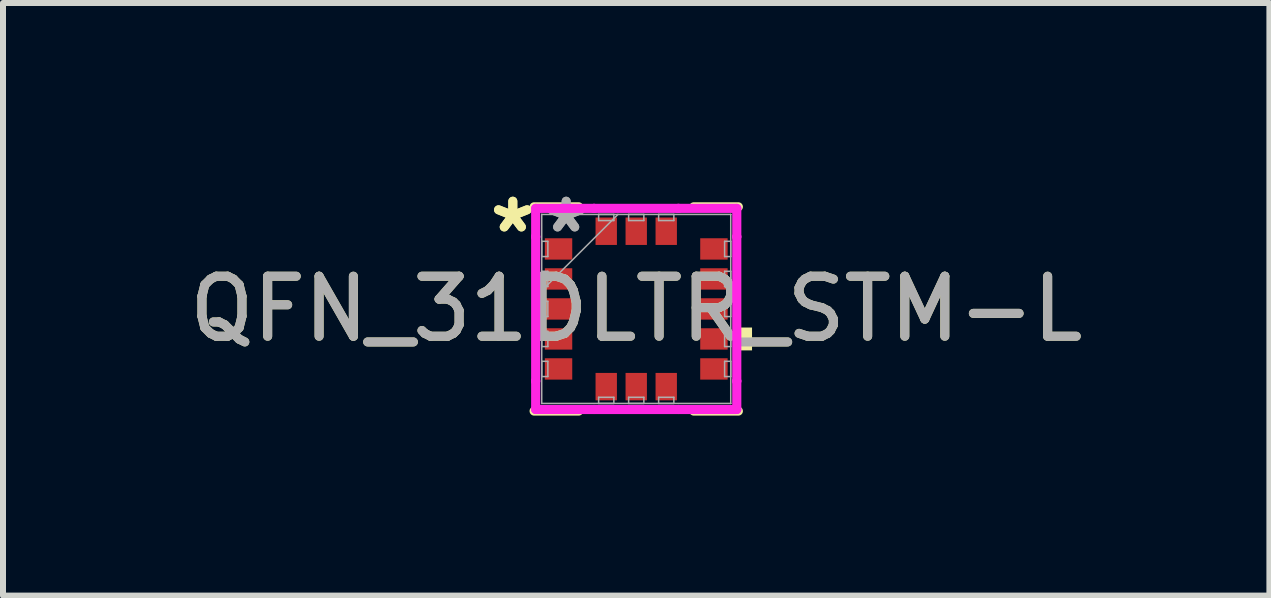
<source format=kicad_pcb>
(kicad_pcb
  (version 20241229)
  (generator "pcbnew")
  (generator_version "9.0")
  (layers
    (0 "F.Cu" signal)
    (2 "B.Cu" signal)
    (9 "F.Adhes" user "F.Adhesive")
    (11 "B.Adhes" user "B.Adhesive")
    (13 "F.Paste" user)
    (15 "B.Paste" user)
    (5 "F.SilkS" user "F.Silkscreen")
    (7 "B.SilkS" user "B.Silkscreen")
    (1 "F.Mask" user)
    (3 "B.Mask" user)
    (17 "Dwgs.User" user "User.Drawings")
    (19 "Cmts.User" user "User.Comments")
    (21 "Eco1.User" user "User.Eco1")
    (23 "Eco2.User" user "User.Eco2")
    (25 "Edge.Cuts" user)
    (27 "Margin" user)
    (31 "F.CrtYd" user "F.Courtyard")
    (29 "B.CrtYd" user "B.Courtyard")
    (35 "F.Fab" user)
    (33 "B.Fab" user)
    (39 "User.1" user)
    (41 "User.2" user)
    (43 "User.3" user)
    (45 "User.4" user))
  (footprint "QFN_31DLTR_STM-L"
    (layer "F.Cu")
    (at 7.554 2.099)
    (property "Reference" "QFN_31DLTR_STM-L" (at 0 0 0) (unlocked yes) (layer "F.SilkS") (effects (font (size 1 1) (thickness 0.15))))
    (attr smd)
    (fp_line (start -1.702 1.702) (end -0.959 1.702) (stroke (width 0.152) (type solid)) (layer "F.SilkS"))
    (fp_line (start -0.959 -1.702) (end -1.702 -1.702) (stroke (width 0.152) (type solid)) (layer "F.SilkS"))
    (fp_line (start 0.959 1.702) (end 1.702 1.702) (stroke (width 0.152) (type solid)) (layer "F.SilkS"))
    (fp_line (start 1.702 -1.702) (end 0.959 -1.702) (stroke (width 0.152) (type solid)) (layer "F.SilkS"))
    (fp_poly (pts (xy 1.93 0.31) (xy 1.93 0.691) (xy 1.676 0.691) (xy 1.676 0.31)) (stroke (width 0) (type solid)) (fill yes) (layer "F.SilkS"))
    (fp_line (start -1.676 -1.676) (end -0.703 -1.676) (stroke (width 0.152) (type solid)) (layer "F.CrtYd"))
    (fp_line (start -1.676 -1.203) (end -1.676 -1.676) (stroke (width 0.152) (type solid)) (layer "F.CrtYd"))
    (fp_line (start -1.676 -1.203) (end -1.676 -1.203) (stroke (width 0.152) (type solid)) (layer "F.CrtYd"))
    (fp_line (start -1.676 1.203) (end -1.676 -1.203) (stroke (width 0.152) (type solid)) (layer "F.CrtYd"))
    (fp_line (start -1.676 1.203) (end -1.676 1.203) (stroke (width 0.152) (type solid)) (layer "F.CrtYd"))
    (fp_line (start -1.676 1.676) (end -1.676 1.203) (stroke (width 0.152) (type solid)) (layer "F.CrtYd"))
    (fp_line (start -0.703 -1.676) (end -0.703 -1.676) (stroke (width 0.152) (type solid)) (layer "F.CrtYd"))
    (fp_line (start -0.703 -1.676) (end 0.703 -1.676) (stroke (width 0.152) (type solid)) (layer "F.CrtYd"))
    (fp_line (start -0.703 1.676) (end -1.676 1.676) (stroke (width 0.152) (type solid)) (layer "F.CrtYd"))
    (fp_line (start -0.703 1.676) (end -0.703 1.676) (stroke (width 0.152) (type solid)) (layer "F.CrtYd"))
    (fp_line (start 0.703 -1.676) (end 0.703 -1.676) (stroke (width 0.152) (type solid)) (layer "F.CrtYd"))
    (fp_line (start 0.703 -1.676) (end 1.676 -1.676) (stroke (width 0.152) (type solid)) (layer "F.CrtYd"))
    (fp_line (start 0.703 1.676) (end -0.703 1.676) (stroke (width 0.152) (type solid)) (layer "F.CrtYd"))
    (fp_line (start 0.703 1.676) (end 0.703 1.676) (stroke (width 0.152) (type solid)) (layer "F.CrtYd"))
    (fp_line (start 1.676 -1.676) (end 1.676 -1.203) (stroke (width 0.152) (type solid)) (layer "F.CrtYd"))
    (fp_line (start 1.676 -1.203) (end 1.676 -1.203) (stroke (width 0.152) (type solid)) (layer "F.CrtYd"))
    (fp_line (start 1.676 -1.203) (end 1.676 1.203) (stroke (width 0.152) (type solid)) (layer "F.CrtYd"))
    (fp_line (start 1.676 1.203) (end 1.676 1.203) (stroke (width 0.152) (type solid)) (layer "F.CrtYd"))
    (fp_line (start 1.676 1.203) (end 1.676 1.676) (stroke (width 0.152) (type solid)) (layer "F.CrtYd"))
    (fp_line (start 1.676 1.676) (end 0.703 1.676) (stroke (width 0.152) (type solid)) (layer "F.CrtYd"))
    (fp_line (start -1.575 -1.575) (end -1.575 -1.575) (stroke (width 0.025) (type solid)) (layer "F.Fab"))
    (fp_line (start -1.575 -1.575) (end -1.575 1.575) (stroke (width 0.025) (type solid)) (layer "F.Fab"))
    (fp_line (start -1.575 -1.127) (end -1.473 -1.127) (stroke (width 0.025) (type solid)) (layer "F.Fab"))
    (fp_line (start -1.575 -0.873) (end -1.575 -1.127) (stroke (width 0.025) (type solid)) (layer "F.Fab"))
    (fp_line (start -1.575 -0.627) (end -1.473 -0.627) (stroke (width 0.025) (type solid)) (layer "F.Fab"))
    (fp_line (start -1.575 -0.373) (end -1.575 -0.627) (stroke (width 0.025) (type solid)) (layer "F.Fab"))
    (fp_line (start -1.575 -0.305) (end -0.305 -1.575) (stroke (width 0.025) (type solid)) (layer "F.Fab"))
    (fp_line (start -1.575 -0.127) (end -1.473 -0.127) (stroke (width 0.025) (type solid)) (layer "F.Fab"))
    (fp_line (start -1.575 0.127) (end -1.575 -0.127) (stroke (width 0.025) (type solid)) (layer "F.Fab"))
    (fp_line (start -1.575 0.373) (end -1.473 0.373) (stroke (width 0.025) (type solid)) (layer "F.Fab"))
    (fp_line (start -1.575 0.627) (end -1.575 0.373) (stroke (width 0.025) (type solid)) (layer "F.Fab"))
    (fp_line (start -1.575 0.873) (end -1.473 0.873) (stroke (width 0.025) (type solid)) (layer "F.Fab"))
    (fp_line (start -1.575 1.127) (end -1.575 0.873) (stroke (width 0.025) (type solid)) (layer "F.Fab"))
    (fp_line (start -1.575 1.575) (end -1.575 1.575) (stroke (width 0.025) (type solid)) (layer "F.Fab"))
    (fp_line (start -1.575 1.575) (end 1.575 1.575) (stroke (width 0.025) (type solid)) (layer "F.Fab"))
    (fp_line (start -1.473 -1.127) (end -1.473 -0.873) (stroke (width 0.025) (type solid)) (layer "F.Fab"))
    (fp_line (start -1.473 -0.873) (end -1.575 -0.873) (stroke (width 0.025) (type solid)) (layer "F.Fab"))
    (fp_line (start -1.473 -0.627) (end -1.473 -0.373) (stroke (width 0.025) (type solid)) (layer "F.Fab"))
    (fp_line (start -1.473 -0.373) (end -1.575 -0.373) (stroke (width 0.025) (type solid)) (layer "F.Fab"))
    (fp_line (start -1.473 -0.127) (end -1.473 0.127) (stroke (width 0.025) (type solid)) (layer "F.Fab"))
    (fp_line (start -1.473 0.127) (end -1.575 0.127) (stroke (width 0.025) (type solid)) (layer "F.Fab"))
    (fp_line (start -1.473 0.373) (end -1.473 0.627) (stroke (width 0.025) (type solid)) (layer "F.Fab"))
    (fp_line (start -1.473 0.627) (end -1.575 0.627) (stroke (width 0.025) (type solid)) (layer "F.Fab"))
    (fp_line (start -1.473 0.873) (end -1.473 1.127) (stroke (width 0.025) (type solid)) (layer "F.Fab"))
    (fp_line (start -1.473 1.127) (end -1.575 1.127) (stroke (width 0.025) (type solid)) (layer "F.Fab"))
    (fp_line (start -0.627 -1.575) (end -0.373 -1.575) (stroke (width 0.025) (type solid)) (layer "F.Fab"))
    (fp_line (start -0.627 -1.473) (end -0.627 -1.575) (stroke (width 0.025) (type solid)) (layer "F.Fab"))
    (fp_line (start -0.627 1.473) (end -0.373 1.473) (stroke (width 0.025) (type solid)) (layer "F.Fab"))
    (fp_line (start -0.627 1.575) (end -0.627 1.473) (stroke (width 0.025) (type solid)) (layer "F.Fab"))
    (fp_line (start -0.373 -1.575) (end -0.373 -1.473) (stroke (width 0.025) (type solid)) (layer "F.Fab"))
    (fp_line (start -0.373 -1.473) (end -0.627 -1.473) (stroke (width 0.025) (type solid)) (layer "F.Fab"))
    (fp_line (start -0.373 1.473) (end -0.373 1.575) (stroke (width 0.025) (type solid)) (layer "F.Fab"))
    (fp_line (start -0.373 1.575) (end -0.627 1.575) (stroke (width 0.025) (type solid)) (layer "F.Fab"))
    (fp_line (start -0.127 -1.575) (end 0.127 -1.575) (stroke (width 0.025) (type solid)) (layer "F.Fab"))
    (fp_line (start -0.127 -1.473) (end -0.127 -1.575) (stroke (width 0.025) (type solid)) (layer "F.Fab"))
    (fp_line (start -0.127 1.473) (end 0.127 1.473) (stroke (width 0.025) (type solid)) (layer "F.Fab"))
    (fp_line (start -0.127 1.575) (end -0.127 1.473) (stroke (width 0.025) (type solid)) (layer "F.Fab"))
    (fp_line (start 0.127 -1.575) (end 0.127 -1.473) (stroke (width 0.025) (type solid)) (layer "F.Fab"))
    (fp_line (start 0.127 -1.473) (end -0.127 -1.473) (stroke (width 0.025) (type solid)) (layer "F.Fab"))
    (fp_line (start 0.127 1.473) (end 0.127 1.575) (stroke (width 0.025) (type solid)) (layer "F.Fab"))
    (fp_line (start 0.127 1.575) (end -0.127 1.575) (stroke (width 0.025) (type solid)) (layer "F.Fab"))
    (fp_line (start 0.373 -1.575) (end 0.627 -1.575) (stroke (width 0.025) (type solid)) (layer "F.Fab"))
    (fp_line (start 0.373 -1.473) (end 0.373 -1.575) (stroke (width 0.025) (type solid)) (layer "F.Fab"))
    (fp_line (start 0.373 1.473) (end 0.627 1.473) (stroke (width 0.025) (type solid)) (layer "F.Fab"))
    (fp_line (start 0.373 1.575) (end 0.373 1.473) (stroke (width 0.025) (type solid)) (layer "F.Fab"))
    (fp_line (start 0.627 -1.575) (end 0.627 -1.473) (stroke (width 0.025) (type solid)) (layer "F.Fab"))
    (fp_line (start 0.627 -1.473) (end 0.373 -1.473) (stroke (width 0.025) (type solid)) (layer "F.Fab"))
    (fp_line (start 0.627 1.473) (end 0.627 1.575) (stroke (width 0.025) (type solid)) (layer "F.Fab"))
    (fp_line (start 0.627 1.575) (end 0.373 1.575) (stroke (width 0.025) (type solid)) (layer "F.Fab"))
    (fp_line (start 1.473 -1.127) (end 1.575 -1.127) (stroke (width 0.025) (type solid)) (layer "F.Fab"))
    (fp_line (start 1.473 -0.873) (end 1.473 -1.127) (stroke (width 0.025) (type solid)) (layer "F.Fab"))
    (fp_line (start 1.473 -0.627) (end 1.575 -0.627) (stroke (width 0.025) (type solid)) (layer "F.Fab"))
    (fp_line (start 1.473 -0.373) (end 1.473 -0.627) (stroke (width 0.025) (type solid)) (layer "F.Fab"))
    (fp_line (start 1.473 -0.127) (end 1.575 -0.127) (stroke (width 0.025) (type solid)) (layer "F.Fab"))
    (fp_line (start 1.473 0.127) (end 1.473 -0.127) (stroke (width 0.025) (type solid)) (layer "F.Fab"))
    (fp_line (start 1.473 0.373) (end 1.575 0.373) (stroke (width 0.025) (type solid)) (layer "F.Fab"))
    (fp_line (start 1.473 0.627) (end 1.473 0.373) (stroke (width 0.025) (type solid)) (layer "F.Fab"))
    (fp_line (start 1.473 0.873) (end 1.575 0.873) (stroke (width 0.025) (type solid)) (layer "F.Fab"))
    (fp_line (start 1.473 1.127) (end 1.473 0.873) (stroke (width 0.025) (type solid)) (layer "F.Fab"))
    (fp_line (start 1.575 -1.575) (end -1.575 -1.575) (stroke (width 0.025) (type solid)) (layer "F.Fab"))
    (fp_line (start 1.575 -1.575) (end 1.575 -1.575) (stroke (width 0.025) (type solid)) (layer "F.Fab"))
    (fp_line (start 1.575 -1.127) (end 1.575 -0.873) (stroke (width 0.025) (type solid)) (layer "F.Fab"))
    (fp_line (start 1.575 -0.873) (end 1.473 -0.873) (stroke (width 0.025) (type solid)) (layer "F.Fab"))
    (fp_line (start 1.575 -0.627) (end 1.575 -0.373) (stroke (width 0.025) (type solid)) (layer "F.Fab"))
    (fp_line (start 1.575 -0.373) (end 1.473 -0.373) (stroke (width 0.025) (type solid)) (layer "F.Fab"))
    (fp_line (start 1.575 -0.127) (end 1.575 0.127) (stroke (width 0.025) (type solid)) (layer "F.Fab"))
    (fp_line (start 1.575 0.127) (end 1.473 0.127) (stroke (width 0.025) (type solid)) (layer "F.Fab"))
    (fp_line (start 1.575 0.373) (end 1.575 0.627) (stroke (width 0.025) (type solid)) (layer "F.Fab"))
    (fp_line (start 1.575 0.627) (end 1.473 0.627) (stroke (width 0.025) (type solid)) (layer "F.Fab"))
    (fp_line (start 1.575 0.873) (end 1.575 1.127) (stroke (width 0.025) (type solid)) (layer "F.Fab"))
    (fp_line (start 1.575 1.127) (end 1.473 1.127) (stroke (width 0.025) (type solid)) (layer "F.Fab"))
    (fp_line (start 1.575 1.575) (end 1.575 -1.575) (stroke (width 0.025) (type solid)) (layer "F.Fab"))
    (fp_line (start 1.575 1.575) (end 1.575 1.575) (stroke (width 0.025) (type solid)) (layer "F.Fab"))
    (fp_text user "*" (at -2.057 -1.25 0) (layer "F.SilkS") (effects (font (size 1 1) (thickness 0.15))))
    (fp_text user "*" (at -2.057 -1.25 0) (unlocked yes) (layer "F.SilkS") (effects (font (size 1 1) (thickness 0.15))))
    (fp_text user "${REFERENCE}" (at 0 0 0) (unlocked yes) (layer "F.Fab") (effects (font (size 1 1) (thickness 0.15))))
    (fp_text user "*" (at -1.168 -1.25 0) (unlocked yes) (layer "F.Fab") (effects (font (size 1 1) (thickness 0.15))))
    (fp_text user "*" (at -1.168 -1.25 0) (layer "F.Fab") (effects (font (size 1 1) (thickness 0.15))))
    (pad "1" smd rect (at -1.295 -1 90) (size 0.356 0.457) (layers "F.Cu" "F.Mask" "F.Paste"))
    (pad "2" smd rect (at -1.295 -0.5 90) (size 0.356 0.457) (layers "F.Cu" "F.Mask" "F.Paste"))
    (pad "3" smd rect (at -1.295 0 90) (size 0.356 0.457) (layers "F.Cu" "F.Mask" "F.Paste"))
    (pad "4" smd rect (at -1.295 0.5 90) (size 0.356 0.457) (layers "F.Cu" "F.Mask" "F.Paste"))
    (pad "5" smd rect (at -1.295 1 90) (size 0.356 0.457) (layers "F.Cu" "F.Mask" "F.Paste"))
    (pad "6" smd rect (at -0.5 1.295) (size 0.356 0.457) (layers "F.Cu" "F.Mask" "F.Paste"))
    (pad "7" smd rect (at 0 1.295) (size 0.356 0.457) (layers "F.Cu" "F.Mask" "F.Paste"))
    (pad "8" smd rect (at 0.5 1.295) (size 0.356 0.457) (layers "F.Cu" "F.Mask" "F.Paste"))
    (pad "9" smd rect (at 1.295 1 90) (size 0.356 0.457) (layers "F.Cu" "F.Mask" "F.Paste"))
    (pad "10" smd rect (at 1.295 0.5 90) (size 0.356 0.457) (layers "F.Cu" "F.Mask" "F.Paste"))
    (pad "11" smd rect (at 1.295 0 90) (size 0.356 0.457) (layers "F.Cu" "F.Mask" "F.Paste"))
    (pad "12" smd rect (at 1.295 -0.5 90) (size 0.356 0.457) (layers "F.Cu" "F.Mask" "F.Paste"))
    (pad "13" smd rect (at 1.295 -1 90) (size 0.356 0.457) (layers "F.Cu" "F.Mask" "F.Paste"))
    (pad "14" smd rect (at 0.5 -1.295) (size 0.356 0.457) (layers "F.Cu" "F.Mask" "F.Paste"))
    (pad "15" smd rect (at 0 -1.295) (size 0.356 0.457) (layers "F.Cu" "F.Mask" "F.Paste"))
    (pad "16" smd rect (at -0.5 -1.295) (size 0.356 0.457) (layers "F.Cu" "F.Mask" "F.Paste")))
  (gr_rect
    (start -3 -3)
    (end 18.107 6.877)
    (stroke (width 0.1) (type default))
    (fill no)
    (layer "Edge.Cuts")))
</source>
